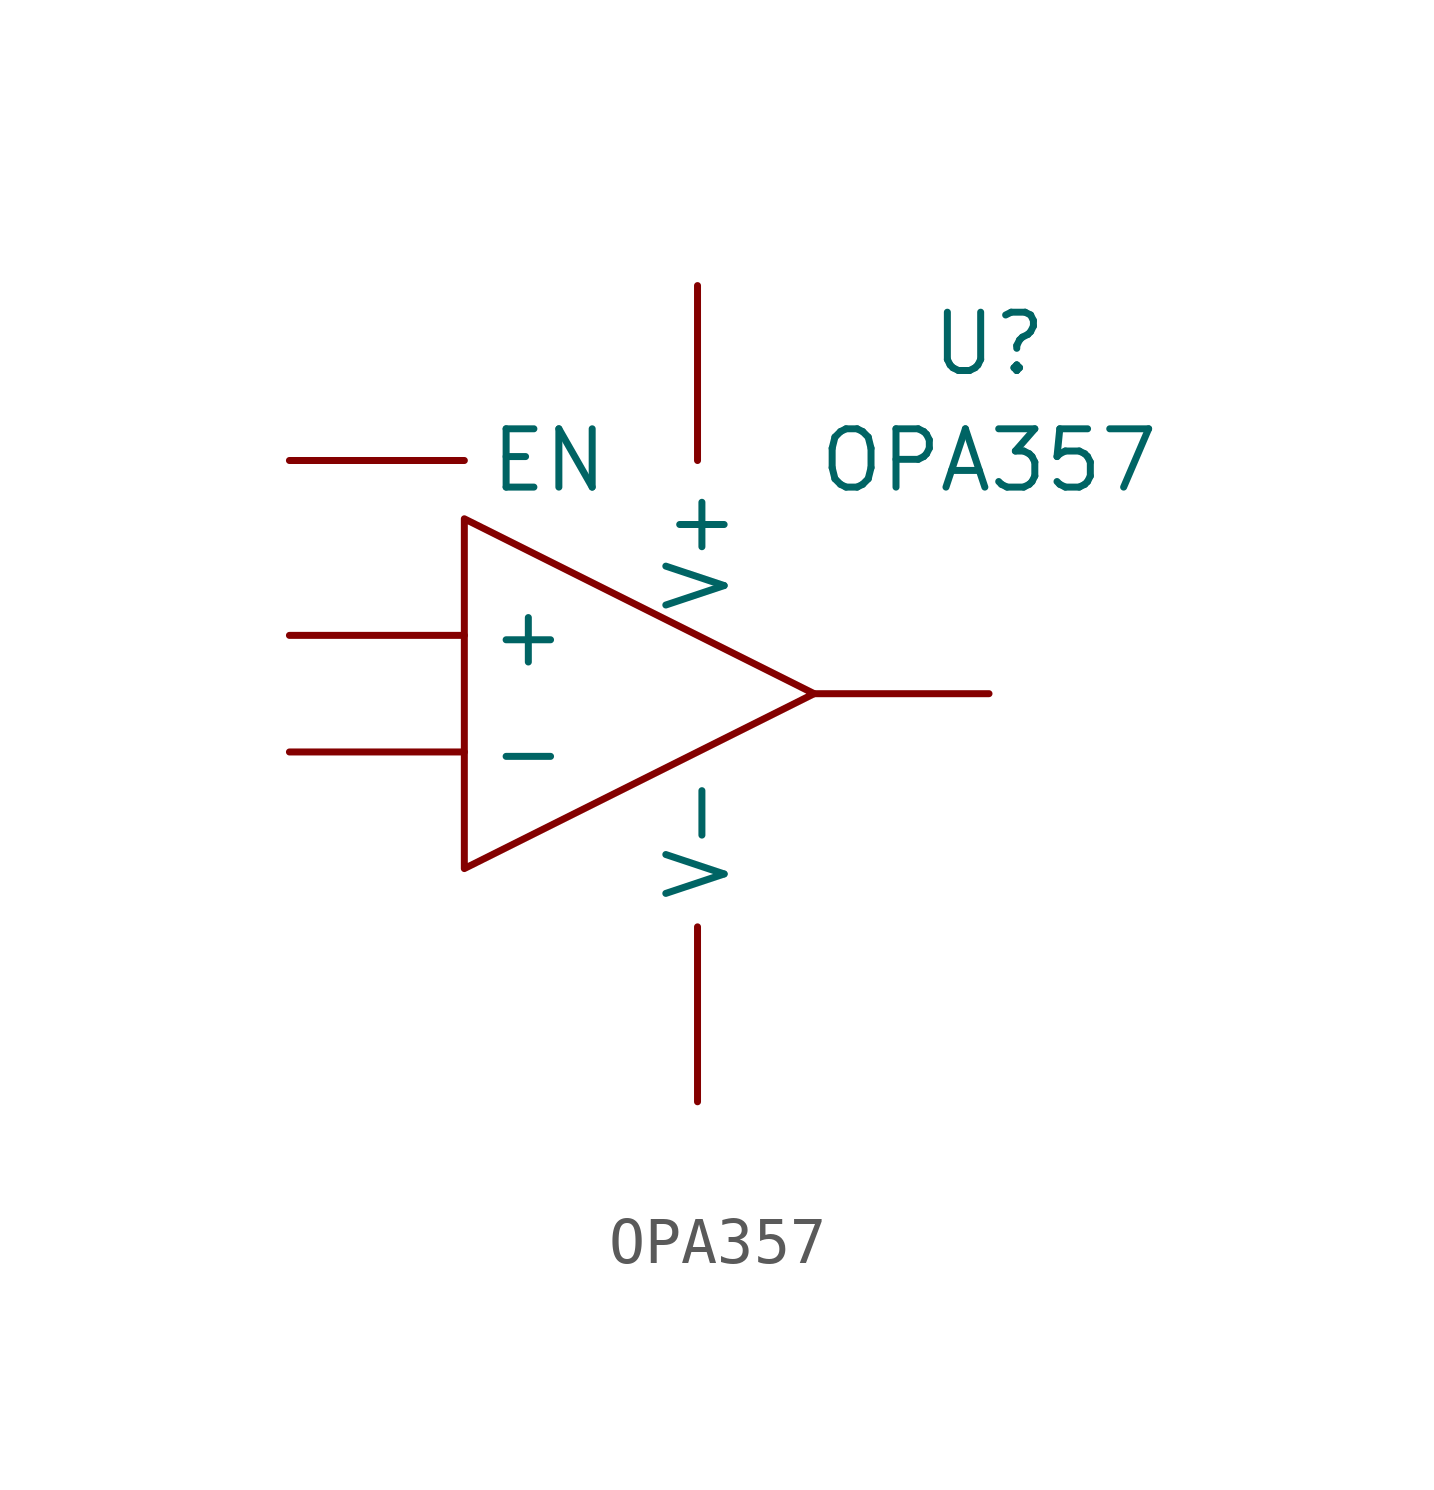
<source format=kicad_sym>
(kicad_symbol_lib
  (version 20211014)
  (generator kicad_symbol_editor)
  (symbol "OPA357"
    (pin_numbers hide)
    (property "Reference" "U"
      (at 8.89 7.62 0)
      (effects (font (size 1.27 1.27))))
    (property "Value" "OPA357"
      (at 8.89 5.08 0)
      (effects (font (size 1.27 1.27))))
    (symbol "OPA357_0_1"
      (polyline (pts (xy -2.54 3.81) (xy -2.54 -3.81) (xy 5.08 0) (xy -2.54 3.81)) (stroke (width 0.152) (type default) (color 0 0 0 0)) (fill (type none))))
    (symbol "OPA357_1_1"
      (pin output line (at 8.89 0 180) (length 3.81) (name "" (effects (font (size 1.27 1.27)))) (number "1" (effects (font (size 1.27 1.27)))))
      (pin power_in line (at 2.54 -8.89 90) (length 3.81) (name "V-" (effects (font (size 1.27 1.27)))) (number "2" (effects (font (size 1.27 1.27)))))
      (pin input line (at -6.35 1.27 0) (length 3.81) (name "+" (effects (font (size 1.27 1.27)))) (number "3" (effects (font (size 1.27 1.27)))))
      (pin input line (at -6.35 -1.27 0) (length 3.81) (name "-" (effects (font (size 1.27 1.27)))) (number "4" (effects (font (size 1.27 1.27)))))
      (pin input line (at -6.35 5.08 0) (length 3.81) (name "EN" (effects (font (size 1.27 1.27)))) (number "5" (effects (font (size 1.27 1.27)))))
      (pin power_in line (at 2.54 8.89 270) (length 3.81) (name "V+" (effects (font (size 1.27 1.27)))) (number "6" (effects (font (size 1.27 1.27))))))))
</source>
